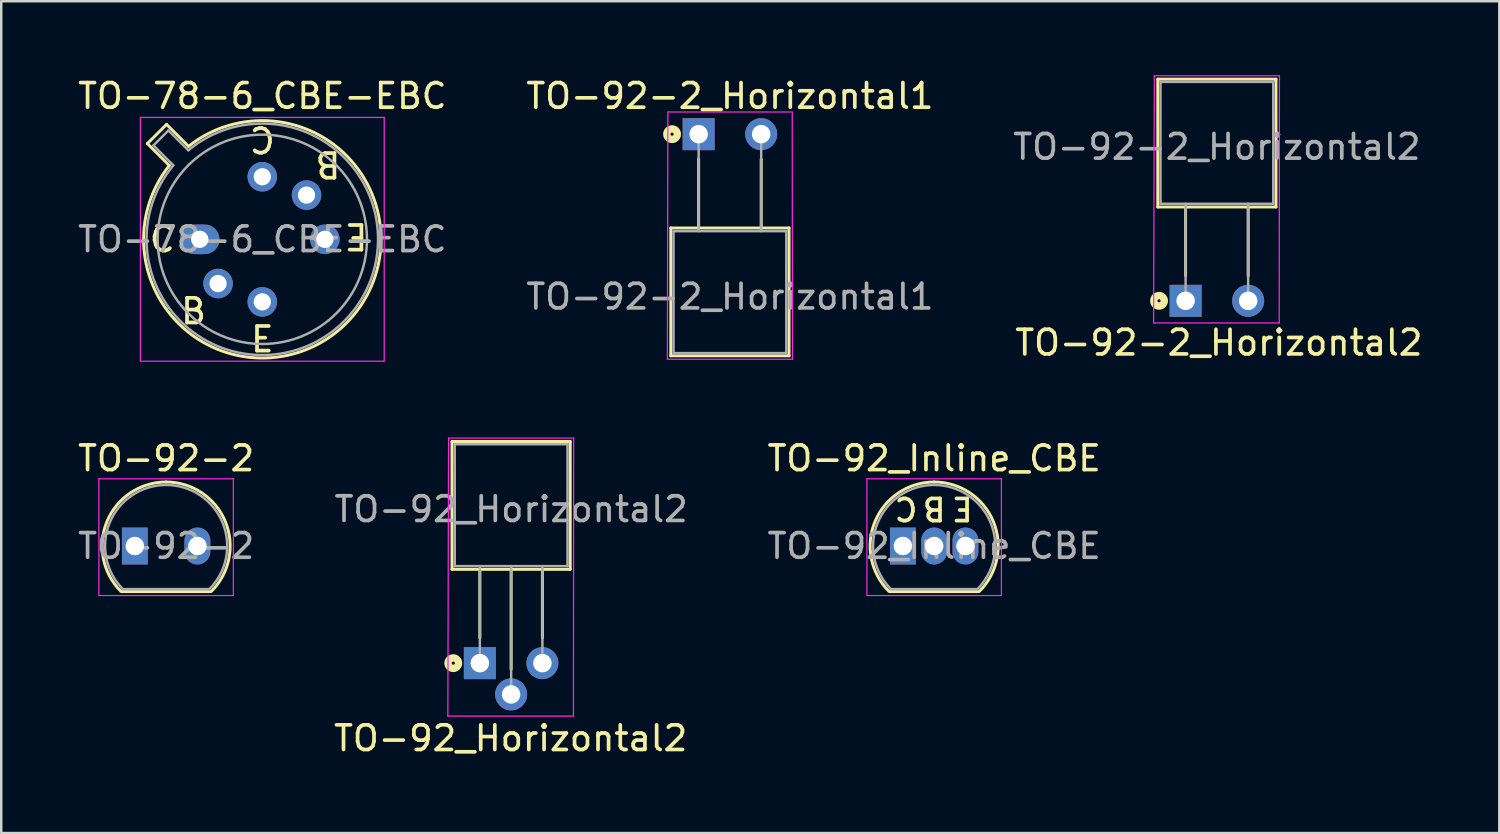
<source format=kicad_pcb>
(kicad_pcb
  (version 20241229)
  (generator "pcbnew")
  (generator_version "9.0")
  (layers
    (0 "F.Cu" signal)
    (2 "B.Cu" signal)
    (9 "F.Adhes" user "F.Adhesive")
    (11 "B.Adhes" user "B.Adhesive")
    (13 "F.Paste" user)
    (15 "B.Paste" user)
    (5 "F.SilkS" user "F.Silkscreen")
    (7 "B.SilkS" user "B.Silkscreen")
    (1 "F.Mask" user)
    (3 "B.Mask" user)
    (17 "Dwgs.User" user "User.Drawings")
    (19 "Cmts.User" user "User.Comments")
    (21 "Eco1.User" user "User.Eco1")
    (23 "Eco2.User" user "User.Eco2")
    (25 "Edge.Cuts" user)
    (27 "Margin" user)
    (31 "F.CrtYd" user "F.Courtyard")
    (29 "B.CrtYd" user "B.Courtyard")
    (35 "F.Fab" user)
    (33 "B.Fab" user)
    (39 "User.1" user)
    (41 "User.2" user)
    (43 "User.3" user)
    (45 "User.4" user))
  (footprint "TO-92_Inline_CBE"
    (layer "F.Cu")
    (at 33.613 19.122)
    (property "Reference" "TO-92_Inline_CBE" (at 1.27 -3.56 0) (layer "F.SilkS") (effects (font (size 1 1) (thickness 0.15))))
    (fp_line (start -0.53 1.85) (end 3.07 1.85) (stroke (width 0.12) (type solid)) (layer "F.SilkS"))
    (fp_arc (start -0.568478 1.838478) (mid -1.132087 -0.994977) (end 1.27 -2.6) (stroke (width 0.12) (type solid)) (layer "F.SilkS"))
    (fp_arc (start 1.27 -2.6) (mid 3.672087 -0.994977) (end 3.108478 1.838478) (stroke (width 0.12) (type solid)) (layer "F.SilkS"))
    (fp_line (start -1.46 -2.73) (end -1.46 2.01) (stroke (width 0.05) (type solid)) (layer "F.CrtYd"))
    (fp_line (start -1.46 -2.73) (end 4 -2.73) (stroke (width 0.05) (type solid)) (layer "F.CrtYd"))
    (fp_line (start 4 2.01) (end -1.46 2.01) (stroke (width 0.05) (type solid)) (layer "F.CrtYd"))
    (fp_line (start 4 2.01) (end 4 -2.73) (stroke (width 0.05) (type solid)) (layer "F.CrtYd"))
    (fp_line (start -0.5 1.75) (end 3 1.75) (stroke (width 0.1) (type solid)) (layer "F.Fab"))
    (fp_arc (start -0.483625 1.753625) (mid -1.021221 -0.949055) (end 1.27 -2.48) (stroke (width 0.1) (type solid)) (layer "F.Fab"))
    (fp_arc (start 1.27 -2.48) (mid 3.561221 -0.949055) (end 3.023625 1.753625) (stroke (width 0.1) (type solid)) (layer "F.Fab"))
    (fp_text user "C" (at 0.127 -1.524 180) (unlocked yes) (layer "F.SilkS") (effects (font (size 0.9 0.9) (thickness 0.15))))
    (fp_text user "B" (at 1.27 -1.524 180) (unlocked yes) (layer "F.SilkS") (effects (font (size 0.9 0.9) (thickness 0.15))))
    (fp_text user "E" (at 2.413 -1.524 180) (unlocked yes) (layer "F.SilkS") (effects (font (size 0.9 0.9) (thickness 0.15))))
    (fp_text user "${REFERENCE}" (at 1.27 0 0) (layer "F.Fab") (effects (font (size 1 1) (thickness 0.15))))
    (pad "1" thru_hole rect (at 0 0) (size 1.05 1.5) (drill 0.75) (layers "*.Cu" "*.Mask"))
    (pad "2" thru_hole oval (at 1.27 0) (size 1.05 1.5) (drill 0.75) (layers "*.Cu" "*.Mask"))
    (pad "3" thru_hole oval (at 2.54 0) (size 1.05 1.5) (drill 0.75) (layers "*.Cu" "*.Mask")))
  (footprint "TO-92-2_Horizontal1"
    (layer "F.Cu")
    (at 25.319 2.398)
    (property "Reference" "TO-92-2_Horizontal1" (at 1.27 -1.55 0) (layer "F.SilkS") (effects (font (size 1 1) (thickness 0.15))))
    (attr through_hole)
    (fp_line (start -1.13 3.81) (end 3.67 3.81) (stroke (width 0.12) (type solid)) (layer "F.SilkS"))
    (fp_line (start -1.13 9) (end -1.13 3.81) (stroke (width 0.12) (type solid)) (layer "F.SilkS"))
    (fp_line (start 0 1.02) (end 0 3.81) (stroke (width 0.12) (type solid)) (layer "F.SilkS"))
    (fp_line (start 2.54 1.02) (end 2.54 3.81) (stroke (width 0.12) (type solid)) (layer "F.SilkS"))
    (fp_line (start 3.67 3.81) (end 3.67 9) (stroke (width 0.12) (type solid)) (layer "F.SilkS"))
    (fp_line (start 3.67 9) (end -1.13 9) (stroke (width 0.12) (type solid)) (layer "F.SilkS"))
    (fp_circle (center -1.079 0) (end -1.016 0) (stroke (width 0.3) (type solid)) (fill no) (layer "F.SilkS"))
    (fp_line (start -1.25 -0.9) (end -1.27 9.14) (stroke (width 0.05) (type solid)) (layer "F.CrtYd"))
    (fp_line (start -1.25 -0.9) (end 3.8 -0.9) (stroke (width 0.05) (type solid)) (layer "F.CrtYd"))
    (fp_line (start 3.81 9.14) (end -1.27 9.14) (stroke (width 0.05) (type solid)) (layer "F.CrtYd"))
    (fp_line (start 3.81 9.14) (end 3.8 -0.9) (stroke (width 0.05) (type solid)) (layer "F.CrtYd"))
    (fp_line (start -1.02 3.94) (end 3.56 3.94) (stroke (width 0.1) (type solid)) (layer "F.Fab"))
    (fp_line (start -1.02 8.89) (end -1.02 3.94) (stroke (width 0.1) (type solid)) (layer "F.Fab"))
    (fp_line (start 0 3.94) (end 0 0) (stroke (width 0.1) (type solid)) (layer "F.Fab"))
    (fp_line (start 2.54 3.94) (end 2.54 0) (stroke (width 0.1) (type solid)) (layer "F.Fab"))
    (fp_line (start 3.56 3.94) (end 3.56 8.89) (stroke (width 0.1) (type solid)) (layer "F.Fab"))
    (fp_line (start 3.56 8.89) (end -1.02 8.89) (stroke (width 0.1) (type solid)) (layer "F.Fab"))
    (fp_text user "${REFERENCE}" (at 1.27 6.6 0) (layer "F.Fab") (effects (font (size 1 1) (thickness 0.15))))
    (pad "1" thru_hole rect (at 0 0 90) (size 1.3 1.3) (drill 0.75) (layers "*.Cu" "*.Mask"))
    (pad "2" thru_hole circle (at 2.54 0 90) (size 1.3 1.3) (drill 0.75) (layers "*.Cu" "*.Mask")))
  (footprint "TO-78-6_CBE-EBC"
    (layer "F.Cu")
    (at 5.061 6.668)
    (property "Reference" "TO-78-6_CBE-EBC" (at 2.54 -5.82 0) (layer "F.SilkS") (effects (font (size 1 1) (thickness 0.15))))
    (fp_line (start -2.126 -3.888) (end -1.235 -2.997) (stroke (width 0.12) (type solid)) (layer "F.SilkS"))
    (fp_line (start -1.348 -4.666) (end -2.126 -3.888) (stroke (width 0.12) (type solid)) (layer "F.SilkS"))
    (fp_line (start -0.457 -3.775) (end -1.348 -4.666) (stroke (width 0.12) (type solid)) (layer "F.SilkS"))
    (fp_arc (start -0.457084 -3.774902) (mid 5.948125 3.408384) (end -1.234674 -2.997371) (stroke (width 0.12) (type solid)) (layer "F.SilkS"))
    (fp_line (start -2.41 -4.95) (end -2.41 4.95) (stroke (width 0.05) (type solid)) (layer "F.CrtYd"))
    (fp_line (start -2.41 4.95) (end 7.49 4.95) (stroke (width 0.05) (type solid)) (layer "F.CrtYd"))
    (fp_line (start 7.49 -4.95) (end -2.41 -4.95) (stroke (width 0.05) (type solid)) (layer "F.CrtYd"))
    (fp_line (start 7.49 4.95) (end 7.49 -4.95) (stroke (width 0.05) (type solid)) (layer "F.CrtYd"))
    (fp_line (start -1.88 -3.812) (end -1.074 -3.005) (stroke (width 0.1) (type solid)) (layer "F.Fab"))
    (fp_line (start -1.272 -4.42) (end -1.88 -3.812) (stroke (width 0.1) (type solid)) (layer "F.Fab"))
    (fp_line (start -0.465 -3.614) (end -1.272 -4.42) (stroke (width 0.1) (type solid)) (layer "F.Fab"))
    (fp_arc (start -0.465408 -3.61352) (mid 5.863443 3.323361) (end -1.073594 -3.005319) (stroke (width 0.1) (type solid)) (layer "F.Fab"))
    (fp_circle (center 2.54 0) (end 6.79 0) (stroke (width 0.1) (type solid)) (fill no) (layer "F.Fab"))
    (fp_text user "C" (at -1.524 0 0) (unlocked yes) (layer "F.SilkS") (effects (font (size 1 1) (thickness 0.15))))
    (fp_text user "C" (at 2.54 -4.064 180) (unlocked yes) (layer "F.SilkS") (effects (font (size 1 1) (thickness 0.15))))
    (fp_text user "B" (at 5.207 -3.048 180) (unlocked yes) (layer "F.SilkS") (effects (font (size 1 1) (thickness 0.15))))
    (fp_text user "E" (at 6.35 -0.127 180) (unlocked yes) (layer "F.SilkS") (effects (font (size 1 1) (thickness 0.15))))
    (fp_text user "B" (at -0.254 2.921 0) (unlocked yes) (layer "F.SilkS") (effects (font (size 1 1) (thickness 0.15))))
    (fp_text user "E" (at 2.54 4.064 0) (unlocked yes) (layer "F.SilkS") (effects (font (size 1 1) (thickness 0.15))))
    (fp_text user "${REFERENCE}" (at 2.54 0 0) (layer "F.Fab") (effects (font (size 1 1) (thickness 0.15))))
    (pad "1" thru_hole oval (at 0 0) (size 1.6 1.2) (drill 0.7) (layers "*.Cu" "*.Mask"))
    (pad "2" thru_hole oval (at 0.744 1.796) (size 1.2 1.2) (drill 0.7) (layers "*.Cu" "*.Mask"))
    (pad "3" thru_hole oval (at 2.54 2.54) (size 1.2 1.2) (drill 0.7) (layers "*.Cu" "*.Mask"))
    (pad "4" thru_hole oval (at 5.08 0) (size 1.2 1.2) (drill 0.7) (layers "*.Cu" "*.Mask"))
    (pad "5" thru_hole oval (at 4.336 -1.796) (size 1.2 1.2) (drill 0.7) (layers "*.Cu" "*.Mask"))
    (pad "6" thru_hole oval (at 2.54 -2.54) (size 1.2 1.2) (drill 0.7) (layers "*.Cu" "*.Mask")))
  (footprint "TO-92-2_Horizontal2"
    (layer "F.Cu")
    (at 45.093 9.165)
    (property "Reference" "TO-92-2_Horizontal2" (at 1.35 1.7 0) (layer "F.SilkS") (effects (font (size 1 1) (thickness 0.15))))
    (attr through_hole)
    (fp_line (start -1.13 -9) (end -1.13 -3.81) (stroke (width 0.12) (type solid)) (layer "F.SilkS"))
    (fp_line (start -1.13 -3.81) (end 3.67 -3.81) (stroke (width 0.12) (type solid)) (layer "F.SilkS"))
    (fp_line (start 0 -1.02) (end 0 -3.81) (stroke (width 0.12) (type solid)) (layer "F.SilkS"))
    (fp_line (start 2.54 -1.02) (end 2.54 -3.81) (stroke (width 0.12) (type solid)) (layer "F.SilkS"))
    (fp_line (start 3.67 -9) (end -1.13 -9) (stroke (width 0.12) (type solid)) (layer "F.SilkS"))
    (fp_line (start 3.67 -3.81) (end 3.67 -9) (stroke (width 0.12) (type solid)) (layer "F.SilkS"))
    (fp_circle (center -1.079 0) (end -1.016 0) (stroke (width 0.3) (type solid)) (fill no) (layer "F.SilkS"))
    (fp_line (start -1.27 -9.14) (end -1.3 0.9) (stroke (width 0.05) (type solid)) (layer "F.CrtYd"))
    (fp_line (start -1.27 -9.14) (end 3.81 -9.14) (stroke (width 0.05) (type solid)) (layer "F.CrtYd"))
    (fp_line (start 3.8 0.9) (end -1.3 0.9) (stroke (width 0.05) (type solid)) (layer "F.CrtYd"))
    (fp_line (start 3.8 0.9) (end 3.81 -9.14) (stroke (width 0.05) (type solid)) (layer "F.CrtYd"))
    (fp_line (start -1.02 -8.89) (end -1.02 -3.94) (stroke (width 0.1) (type solid)) (layer "F.Fab"))
    (fp_line (start -1.02 -3.94) (end 3.56 -3.94) (stroke (width 0.1) (type solid)) (layer "F.Fab"))
    (fp_line (start 0 -3.94) (end 0 0) (stroke (width 0.1) (type solid)) (layer "F.Fab"))
    (fp_line (start 2.54 -3.94) (end 2.54 0) (stroke (width 0.1) (type solid)) (layer "F.Fab"))
    (fp_line (start 3.56 -8.89) (end -1.02 -8.89) (stroke (width 0.1) (type solid)) (layer "F.Fab"))
    (fp_line (start 3.56 -3.94) (end 3.56 -8.89) (stroke (width 0.1) (type solid)) (layer "F.Fab"))
    (fp_text user "${REFERENCE}" (at 1.27 -6.25 0) (layer "F.Fab") (effects (font (size 1 1) (thickness 0.15))))
    (pad "1" thru_hole rect (at 0 0 270) (size 1.3 1.3) (drill 0.75) (layers "*.Cu" "*.Mask"))
    (pad "2" thru_hole circle (at 2.54 0 270) (size 1.3 1.3) (drill 0.75) (layers "*.Cu" "*.Mask")))
  (footprint "TO-92_Horizontal2"
    (layer "F.Cu")
    (at 16.435 23.878)
    (property "Reference" "TO-92_Horizontal2" (at 1.25 3.05 0) (layer "F.SilkS") (effects (font (size 1 1) (thickness 0.15))))
    (attr through_hole)
    (fp_line (start -1.13 -9) (end -1.13 -3.81) (stroke (width 0.12) (type solid)) (layer "F.SilkS"))
    (fp_line (start -1.13 -3.81) (end 3.67 -3.81) (stroke (width 0.12) (type solid)) (layer "F.SilkS"))
    (fp_line (start 0 -1.02) (end 0 -3.81) (stroke (width 0.12) (type solid)) (layer "F.SilkS"))
    (fp_line (start 1.27 0.25) (end 1.27 -3.81) (stroke (width 0.12) (type solid)) (layer "F.SilkS"))
    (fp_line (start 2.54 -1.02) (end 2.54 -3.81) (stroke (width 0.12) (type solid)) (layer "F.SilkS"))
    (fp_line (start 3.67 -9) (end -1.13 -9) (stroke (width 0.12) (type solid)) (layer "F.SilkS"))
    (fp_line (start 3.67 -3.81) (end 3.67 -9) (stroke (width 0.12) (type solid)) (layer "F.SilkS"))
    (fp_circle (center -1.079 0) (end -1.016 0) (stroke (width 0.3) (type solid)) (fill no) (layer "F.SilkS"))
    (fp_line (start -1.27 -9.14) (end -1.3 2.15) (stroke (width 0.05) (type solid)) (layer "F.CrtYd"))
    (fp_line (start -1.27 -9.14) (end 3.81 -9.14) (stroke (width 0.05) (type solid)) (layer "F.CrtYd"))
    (fp_line (start 3.8 2.15) (end -1.3 2.15) (stroke (width 0.05) (type solid)) (layer "F.CrtYd"))
    (fp_line (start 3.8 2.15) (end 3.81 -9.14) (stroke (width 0.05) (type solid)) (layer "F.CrtYd"))
    (fp_line (start -1.02 -8.89) (end -1.02 -3.94) (stroke (width 0.1) (type solid)) (layer "F.Fab"))
    (fp_line (start -1.02 -3.94) (end 3.56 -3.94) (stroke (width 0.1) (type solid)) (layer "F.Fab"))
    (fp_line (start 0 -3.94) (end 0 0) (stroke (width 0.1) (type solid)) (layer "F.Fab"))
    (fp_line (start 1.27 -3.94) (end 1.27 1.27) (stroke (width 0.1) (type solid)) (layer "F.Fab"))
    (fp_line (start 2.54 -3.94) (end 2.54 0) (stroke (width 0.1) (type solid)) (layer "F.Fab"))
    (fp_line (start 3.56 -8.89) (end -1.02 -8.89) (stroke (width 0.1) (type solid)) (layer "F.Fab"))
    (fp_line (start 3.56 -3.94) (end 3.56 -8.89) (stroke (width 0.1) (type solid)) (layer "F.Fab"))
    (fp_text user "${REFERENCE}" (at 1.27 -6.25 0) (layer "F.Fab") (effects (font (size 1 1) (thickness 0.15))))
    (pad "1" thru_hole rect (at 0 0 270) (size 1.3 1.3) (drill 0.75) (layers "*.Cu" "*.Mask"))
    (pad "2" thru_hole circle (at 1.27 1.27 270) (size 1.3 1.3) (drill 0.75) (layers "*.Cu" "*.Mask"))
    (pad "3" thru_hole circle (at 2.54 0 270) (size 1.3 1.3) (drill 0.75) (layers "*.Cu" "*.Mask")))
  (footprint "TO-92-2"
    (layer "F.Cu")
    (at 2.426 19.122)
    (property "Reference" "TO-92-2" (at 1.27 -3.56 0) (layer "F.SilkS") (effects (font (size 1 1) (thickness 0.15))))
    (attr through_hole)
    (fp_line (start -0.53 1.85) (end 3.07 1.85) (stroke (width 0.12) (type solid)) (layer "F.SilkS"))
    (fp_arc (start -0.568478 1.838478) (mid -1.132087 -0.994977) (end 1.27 -2.6) (stroke (width 0.12) (type solid)) (layer "F.SilkS"))
    (fp_arc (start 1.27 -2.6) (mid 3.672087 -0.994977) (end 3.108478 1.838478) (stroke (width 0.12) (type solid)) (layer "F.SilkS"))
    (fp_line (start -1.46 -2.73) (end -1.46 2.01) (stroke (width 0.05) (type solid)) (layer "F.CrtYd"))
    (fp_line (start -1.46 -2.73) (end 4 -2.73) (stroke (width 0.05) (type solid)) (layer "F.CrtYd"))
    (fp_line (start 4 2.01) (end -1.46 2.01) (stroke (width 0.05) (type solid)) (layer "F.CrtYd"))
    (fp_line (start 4 2.01) (end 4 -2.73) (stroke (width 0.05) (type solid)) (layer "F.CrtYd"))
    (fp_line (start -0.5 1.75) (end 3 1.75) (stroke (width 0.1) (type solid)) (layer "F.Fab"))
    (fp_arc (start -0.483625 1.753625) (mid -1.021221 -0.949055) (end 1.27 -2.48) (stroke (width 0.1) (type solid)) (layer "F.Fab"))
    (fp_arc (start 1.27 -2.48) (mid 3.561221 -0.949055) (end 3.023625 1.753625) (stroke (width 0.1) (type solid)) (layer "F.Fab"))
    (fp_text user "${REFERENCE}" (at 1.27 0 0) (layer "F.Fab") (effects (font (size 1 1) (thickness 0.15))))
    (pad "1" thru_hole rect (at 0 0) (size 1.05 1.5) (drill 0.75) (layers "*.Cu" "*.Mask"))
    (pad "2" thru_hole oval (at 2.54 0) (size 1.05 1.5) (drill 0.75) (layers "*.Cu" "*.Mask")))
  (gr_rect
    (start -3 -3)
    (end 57.83 30.776)
    (stroke (width 0.1) (type default))
    (fill no)
    (layer "Edge.Cuts")))
</source>
